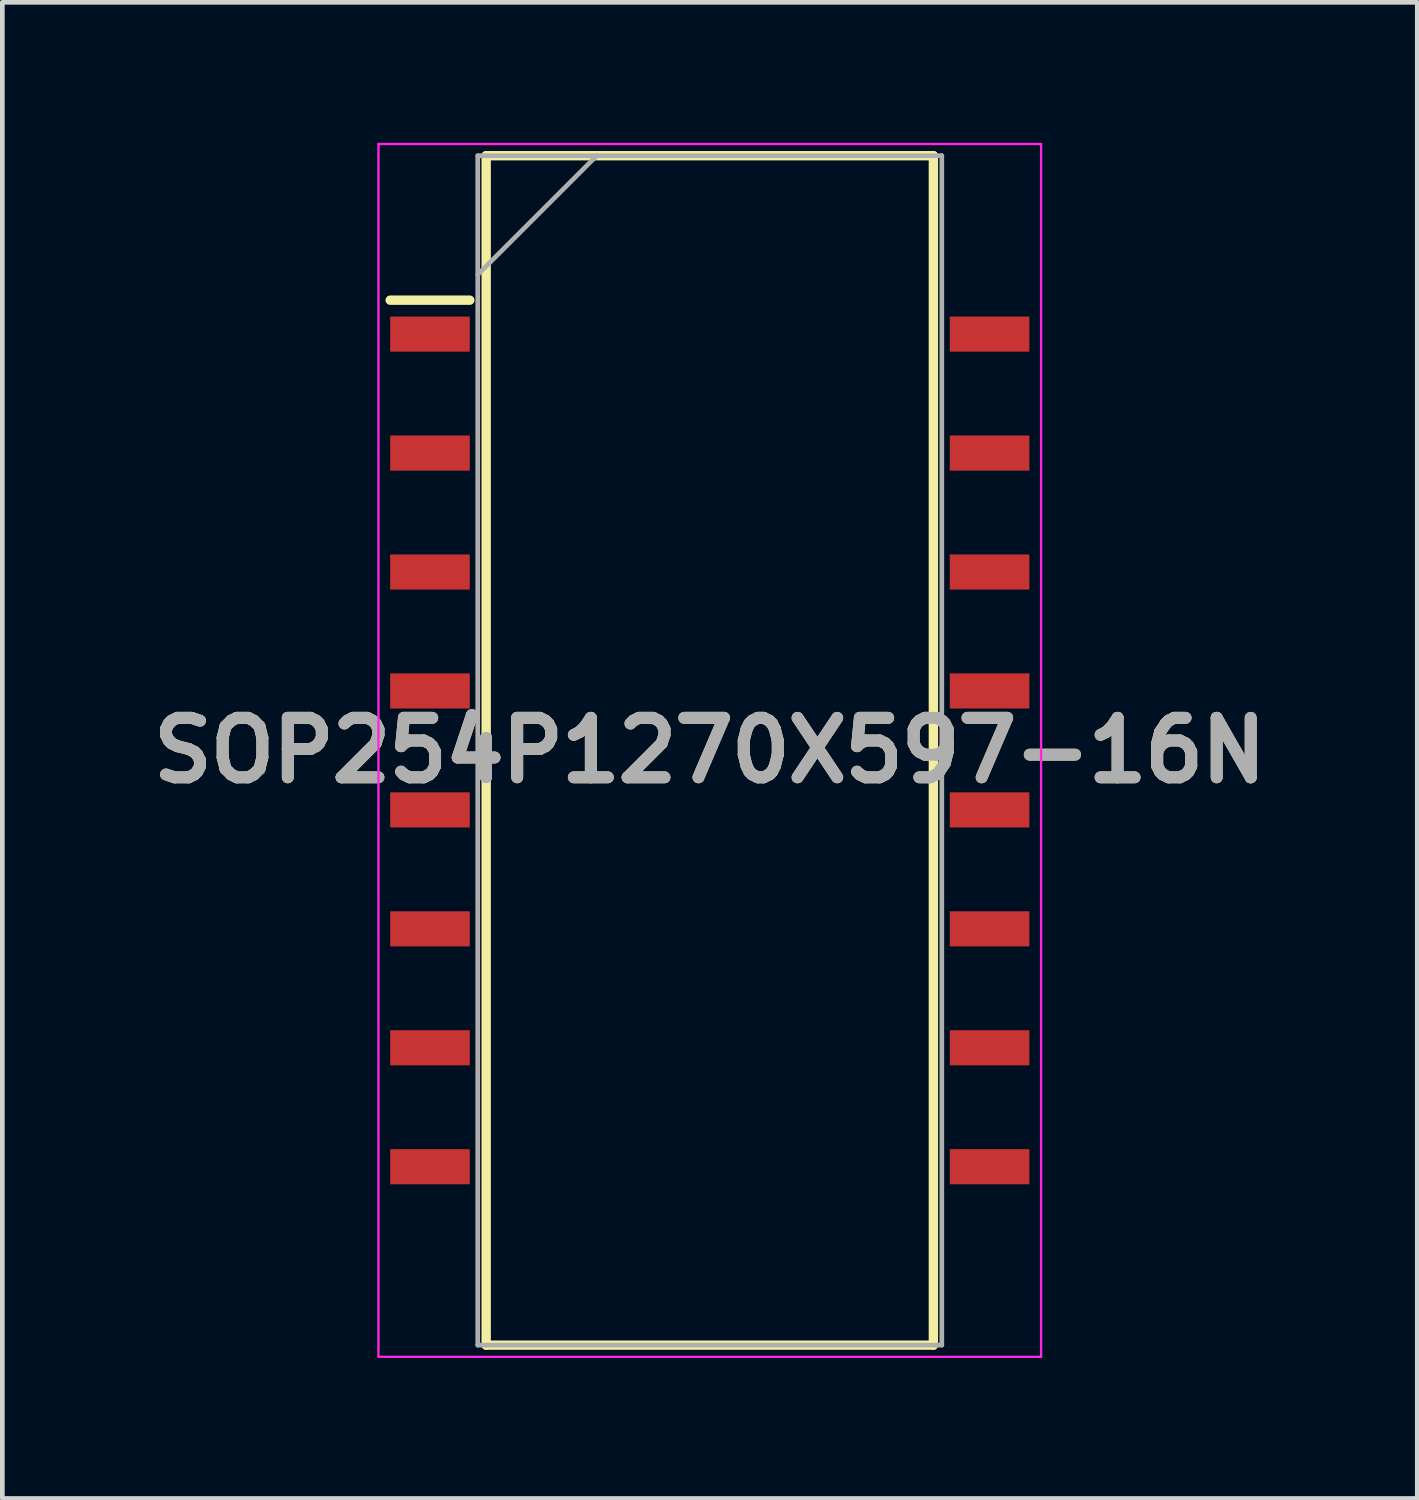
<source format=kicad_pcb>
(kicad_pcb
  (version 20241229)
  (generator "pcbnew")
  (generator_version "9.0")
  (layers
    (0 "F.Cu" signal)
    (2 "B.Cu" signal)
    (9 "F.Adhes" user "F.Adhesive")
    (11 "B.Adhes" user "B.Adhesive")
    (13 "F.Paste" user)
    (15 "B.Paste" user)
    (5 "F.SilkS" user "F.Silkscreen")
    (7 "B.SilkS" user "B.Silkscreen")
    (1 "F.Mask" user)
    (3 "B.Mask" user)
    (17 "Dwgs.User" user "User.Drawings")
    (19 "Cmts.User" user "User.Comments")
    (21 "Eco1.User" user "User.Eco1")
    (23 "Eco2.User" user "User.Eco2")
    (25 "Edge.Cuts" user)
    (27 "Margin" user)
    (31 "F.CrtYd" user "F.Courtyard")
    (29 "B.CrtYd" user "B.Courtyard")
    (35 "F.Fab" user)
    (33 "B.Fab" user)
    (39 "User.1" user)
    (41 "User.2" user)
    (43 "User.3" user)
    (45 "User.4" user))
  (footprint "SOP254P1270X597-16N"
    (layer "F.Cu")
    (at 12.107 12.975)
    (property "Reference" "SOP254P1270X597-16N" (at 0 0 0) (layer "F.SilkS") (effects (font (size 1.27 1.27) (thickness 0.254))))
    (attr smd)
    (fp_line (start -6.825 -9.615) (end -5.125 -9.615) (stroke (width 0.2) (type solid)) (layer "F.SilkS"))
    (fp_line (start -4.775 -12.7) (end 4.775 -12.7) (stroke (width 0.2) (type solid)) (layer "F.SilkS"))
    (fp_line (start -4.775 12.7) (end -4.775 -12.7) (stroke (width 0.2) (type solid)) (layer "F.SilkS"))
    (fp_line (start 4.775 -12.7) (end 4.775 12.7) (stroke (width 0.2) (type solid)) (layer "F.SilkS"))
    (fp_line (start 4.775 12.7) (end -4.775 12.7) (stroke (width 0.2) (type solid)) (layer "F.SilkS"))
    (fp_line (start -7.075 -12.95) (end 7.075 -12.95) (stroke (width 0.05) (type solid)) (layer "F.CrtYd"))
    (fp_line (start -7.075 12.95) (end -7.075 -12.95) (stroke (width 0.05) (type solid)) (layer "F.CrtYd"))
    (fp_line (start 7.075 -12.95) (end 7.075 12.95) (stroke (width 0.05) (type solid)) (layer "F.CrtYd"))
    (fp_line (start 7.075 12.95) (end -7.075 12.95) (stroke (width 0.05) (type solid)) (layer "F.CrtYd"))
    (fp_line (start -4.955 -12.7) (end 4.955 -12.7) (stroke (width 0.1) (type solid)) (layer "F.Fab"))
    (fp_line (start -4.955 -10.16) (end -2.415 -12.7) (stroke (width 0.1) (type solid)) (layer "F.Fab"))
    (fp_line (start -4.955 12.7) (end -4.955 -12.7) (stroke (width 0.1) (type solid)) (layer "F.Fab"))
    (fp_line (start 4.955 -12.7) (end 4.955 12.7) (stroke (width 0.1) (type solid)) (layer "F.Fab"))
    (fp_line (start 4.955 12.7) (end -4.955 12.7) (stroke (width 0.1) (type solid)) (layer "F.Fab"))
    (fp_text user "${REFERENCE}" (at 0 0 0) (layer "F.Fab") (effects (font (size 1.27 1.27) (thickness 0.254))))
    (pad "1" smd rect (at -5.975 -8.89 90) (size 0.75 1.7) (layers "F.Cu" "F.Mask" "F.Paste"))
    (pad "2" smd rect (at -5.975 -6.35 90) (size 0.75 1.7) (layers "F.Cu" "F.Mask" "F.Paste"))
    (pad "3" smd rect (at -5.975 -3.81 90) (size 0.75 1.7) (layers "F.Cu" "F.Mask" "F.Paste"))
    (pad "4" smd rect (at -5.975 -1.27 90) (size 0.75 1.7) (layers "F.Cu" "F.Mask" "F.Paste"))
    (pad "5" smd rect (at -5.975 1.27 90) (size 0.75 1.7) (layers "F.Cu" "F.Mask" "F.Paste"))
    (pad "6" smd rect (at -5.975 3.81 90) (size 0.75 1.7) (layers "F.Cu" "F.Mask" "F.Paste"))
    (pad "7" smd rect (at -5.975 6.35 90) (size 0.75 1.7) (layers "F.Cu" "F.Mask" "F.Paste"))
    (pad "8" smd rect (at -5.975 8.89 90) (size 0.75 1.7) (layers "F.Cu" "F.Mask" "F.Paste"))
    (pad "9" smd rect (at 5.975 8.89 90) (size 0.75 1.7) (layers "F.Cu" "F.Mask" "F.Paste"))
    (pad "10" smd rect (at 5.975 6.35 90) (size 0.75 1.7) (layers "F.Cu" "F.Mask" "F.Paste"))
    (pad "11" smd rect (at 5.975 3.81 90) (size 0.75 1.7) (layers "F.Cu" "F.Mask" "F.Paste"))
    (pad "12" smd rect (at 5.975 1.27 90) (size 0.75 1.7) (layers "F.Cu" "F.Mask" "F.Paste"))
    (pad "13" smd rect (at 5.975 -1.27 90) (size 0.75 1.7) (layers "F.Cu" "F.Mask" "F.Paste"))
    (pad "14" smd rect (at 5.975 -3.81 90) (size 0.75 1.7) (layers "F.Cu" "F.Mask" "F.Paste"))
    (pad "15" smd rect (at 5.975 -6.35 90) (size 0.75 1.7) (layers "F.Cu" "F.Mask" "F.Paste"))
    (pad "16" smd rect (at 5.975 -8.89 90) (size 0.75 1.7) (layers "F.Cu" "F.Mask" "F.Paste")))
  (gr_rect
    (start -3 -3)
    (end 27.215 28.95)
    (stroke (width 0.1) (type default))
    (fill no)
    (layer "Edge.Cuts")))
</source>
